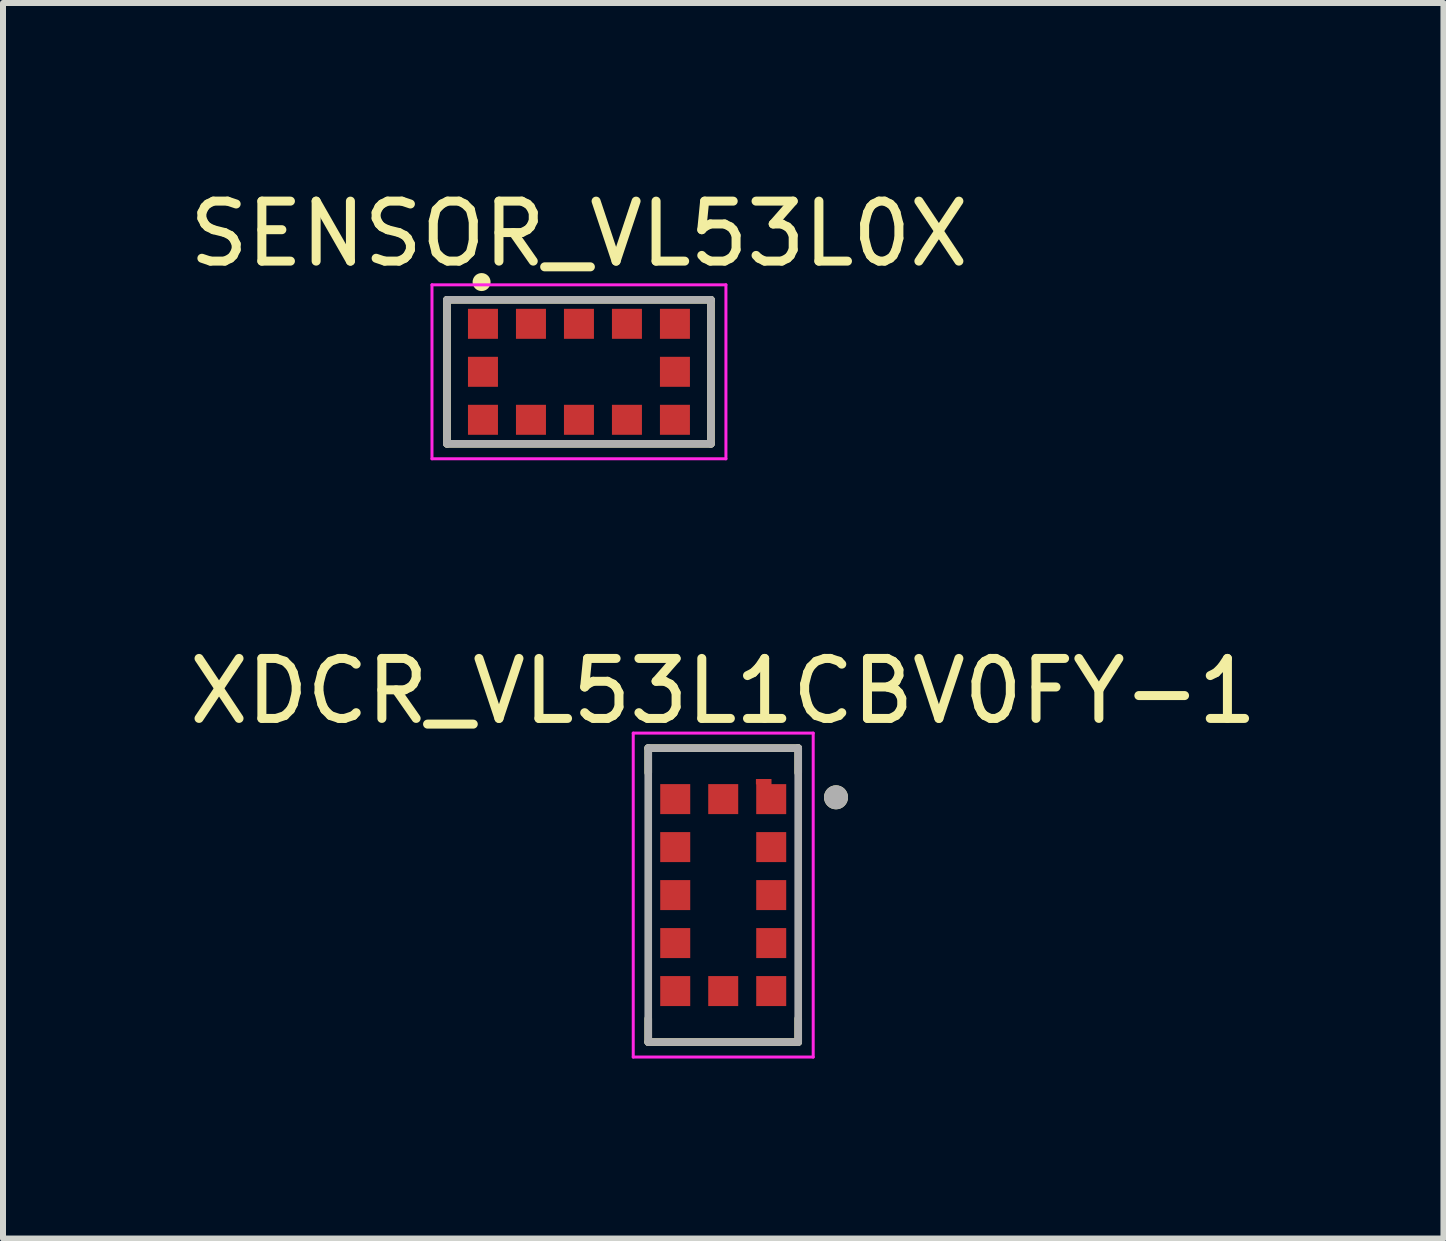
<source format=kicad_pcb>
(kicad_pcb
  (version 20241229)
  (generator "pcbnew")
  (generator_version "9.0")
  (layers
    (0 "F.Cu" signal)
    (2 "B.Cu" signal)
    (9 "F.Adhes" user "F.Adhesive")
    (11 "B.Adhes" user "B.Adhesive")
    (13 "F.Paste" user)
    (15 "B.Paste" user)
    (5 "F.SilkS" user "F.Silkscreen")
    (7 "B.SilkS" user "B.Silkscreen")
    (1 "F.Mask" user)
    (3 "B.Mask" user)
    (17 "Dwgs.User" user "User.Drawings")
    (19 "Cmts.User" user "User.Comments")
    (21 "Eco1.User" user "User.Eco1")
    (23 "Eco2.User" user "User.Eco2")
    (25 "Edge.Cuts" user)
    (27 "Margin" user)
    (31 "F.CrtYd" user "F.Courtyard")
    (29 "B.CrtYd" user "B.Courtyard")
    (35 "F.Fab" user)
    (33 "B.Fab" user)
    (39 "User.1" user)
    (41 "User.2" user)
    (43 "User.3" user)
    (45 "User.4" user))
  (footprint "XDCR_VL53L1CBV0FY-1"
    (layer "F.Cu")
    (at 9.006 11.871)
    (property "Reference" "XDCR_VL53L1CBV0FY-1" (at 0 -3.4 0) (layer "F.SilkS") (effects (font (size 1 1) (thickness 0.15))))
    (attr smd)
    (fp_poly (pts (xy 0.45 -2.02) (xy 0.82 -2.02) (xy 0.82 -1.85) (xy 0.45 -1.85)) (stroke (width 0.01) (type solid)) (fill yes) (layer "F.Mask"))
    (fp_line (start -1.25 -2.45) (end 1.25 -2.45) (stroke (width 0.127) (type solid)) (layer "F.SilkS"))
    (fp_line (start -1.25 -2.04) (end -1.25 -2.45) (stroke (width 0.127) (type solid)) (layer "F.SilkS"))
    (fp_line (start -1.25 2.06) (end -1.25 2.45) (stroke (width 0.127) (type solid)) (layer "F.SilkS"))
    (fp_line (start -1.25 2.45) (end 1.25 2.45) (stroke (width 0.127) (type solid)) (layer "F.SilkS"))
    (fp_line (start 1.25 -2.45) (end 1.25 -2.04) (stroke (width 0.127) (type solid)) (layer "F.SilkS"))
    (fp_line (start 1.25 2.45) (end 1.25 2.06) (stroke (width 0.127) (type solid)) (layer "F.SilkS"))
    (fp_circle (center 1.88 -1.63) (end 1.98 -1.63) (stroke (width 0.2) (type solid)) (fill no) (layer "F.SilkS"))
    (fp_poly (pts (xy 0.55 -1.93) (xy 0.8 -1.93) (xy 0.8 -1.85) (xy 0.55 -1.85)) (stroke (width 0.01) (type solid)) (fill yes) (layer "F.Paste"))
    (fp_line (start -1.5 -2.7) (end 1.5 -2.7) (stroke (width 0.05) (type solid)) (layer "F.CrtYd"))
    (fp_line (start -1.5 2.7) (end -1.5 -2.7) (stroke (width 0.05) (type solid)) (layer "F.CrtYd"))
    (fp_line (start 1.5 -2.7) (end 1.5 2.7) (stroke (width 0.05) (type solid)) (layer "F.CrtYd"))
    (fp_line (start 1.5 2.7) (end -1.5 2.7) (stroke (width 0.05) (type solid)) (layer "F.CrtYd"))
    (fp_line (start -1.25 -2.45) (end 1.25 -2.45) (stroke (width 0.127) (type solid)) (layer "F.Fab"))
    (fp_line (start -1.25 2.45) (end -1.25 -2.45) (stroke (width 0.127) (type solid)) (layer "F.Fab"))
    (fp_line (start 1.25 -2.45) (end 1.25 2.45) (stroke (width 0.127) (type solid)) (layer "F.Fab"))
    (fp_line (start 1.25 2.45) (end -1.25 2.45) (stroke (width 0.127) (type solid)) (layer "F.Fab"))
    (fp_circle (center 1.88 -1.63) (end 1.98 -1.63) (stroke (width 0.2) (type solid)) (fill no) (layer "F.Fab"))
    (pad "1" smd custom (at 0.8 -1.6) (size 0.5 0.5) (layers "F.Cu" "F.Mask" "F.Paste") (options (anchor rect)) (primitives (gr_poly (pts (xy -0.25 -0.25) (xy -0.25 -0.33) (xy 0 -0.33) (xy 0 -0.12) (xy 0.11 -0.12) (xy 0.11 0.1) (xy -0.23 0.1) (xy -0.23 -0.25)) (width 0.01) (fill yes))))
    (pad "2" smd rect (at 0.8 -0.8) (size 0.5 0.5) (layers "F.Cu" "F.Mask" "F.Paste"))
    (pad "3" smd rect (at 0.8 0) (size 0.5 0.5) (layers "F.Cu" "F.Mask" "F.Paste"))
    (pad "4" smd rect (at 0.8 0.8) (size 0.5 0.5) (layers "F.Cu" "F.Mask" "F.Paste"))
    (pad "5" smd rect (at 0.8 1.6) (size 0.5 0.5) (layers "F.Cu" "F.Mask" "F.Paste"))
    (pad "6" smd rect (at 0 1.6) (size 0.5 0.5) (layers "F.Cu" "F.Mask" "F.Paste"))
    (pad "7" smd rect (at -0.8 1.6) (size 0.5 0.5) (layers "F.Cu" "F.Mask" "F.Paste"))
    (pad "8" smd rect (at -0.8 0.8) (size 0.5 0.5) (layers "F.Cu" "F.Mask" "F.Paste"))
    (pad "9" smd rect (at -0.8 0) (size 0.5 0.5) (layers "F.Cu" "F.Mask" "F.Paste"))
    (pad "10" smd rect (at -0.8 -0.8) (size 0.5 0.5) (layers "F.Cu" "F.Mask" "F.Paste"))
    (pad "11" smd rect (at -0.8 -1.6) (size 0.5 0.5) (layers "F.Cu" "F.Mask" "F.Paste"))
    (pad "12" smd rect (at 0 -1.6) (size 0.5 0.5) (layers "F.Cu" "F.Mask" "F.Paste")))
  (footprint "SENSOR_VL53L0X"
    (layer "F.Cu")
    (at 6.601 3.148)
    (property "Reference" "SENSOR_VL53L0X" (at 0 -2.3 0) (layer "F.SilkS") (effects (font (size 1 1) (thickness 0.15))))
    (attr smd)
    (fp_line (start -2.2 -1.2) (end -2.2 1.2) (stroke (width 0.127) (type solid)) (layer "F.SilkS"))
    (fp_line (start -2.2 1.2) (end 2.2 1.2) (stroke (width 0.127) (type solid)) (layer "F.SilkS"))
    (fp_line (start 2.2 -1.2) (end -2.2 -1.2) (stroke (width 0.127) (type solid)) (layer "F.SilkS"))
    (fp_line (start 2.2 1.2) (end 2.2 -1.2) (stroke (width 0.127) (type solid)) (layer "F.SilkS"))
    (fp_circle (center -1.623 -1.496) (end -1.548 -1.496) (stroke (width 0.15) (type solid)) (fill no) (layer "F.SilkS"))
    (fp_line (start -2.45 -1.45) (end -2.45 1.45) (stroke (width 0.05) (type solid)) (layer "F.CrtYd"))
    (fp_line (start -2.45 1.45) (end 2.45 1.45) (stroke (width 0.05) (type solid)) (layer "F.CrtYd"))
    (fp_line (start 2.45 -1.45) (end -2.45 -1.45) (stroke (width 0.05) (type solid)) (layer "F.CrtYd"))
    (fp_line (start 2.45 1.45) (end 2.45 -1.45) (stroke (width 0.05) (type solid)) (layer "F.CrtYd"))
    (fp_line (start -2.2 -1.2) (end -2.2 1.2) (stroke (width 0.127) (type solid)) (layer "F.Fab"))
    (fp_line (start -2.2 1.2) (end 2.2 1.2) (stroke (width 0.127) (type solid)) (layer "F.Fab"))
    (fp_line (start 2.2 -1.2) (end -2.2 -1.2) (stroke (width 0.127) (type solid)) (layer "F.Fab"))
    (fp_line (start 2.2 1.2) (end 2.2 -1.2) (stroke (width 0.127) (type solid)) (layer "F.Fab"))
    (pad "1" smd rect (at -1.6 -0.8) (size 0.5 0.5) (layers "F.Cu" "F.Mask" "F.Paste"))
    (pad "2" smd rect (at -0.8 -0.8) (size 0.5 0.5) (layers "F.Cu" "F.Mask" "F.Paste"))
    (pad "3" smd rect (at 0 -0.8) (size 0.5 0.5) (layers "F.Cu" "F.Mask" "F.Paste"))
    (pad "4" smd rect (at 0.8 -0.8) (size 0.5 0.5) (layers "F.Cu" "F.Mask" "F.Paste"))
    (pad "5" smd rect (at 1.6 -0.8) (size 0.5 0.5) (layers "F.Cu" "F.Mask" "F.Paste"))
    (pad "6" smd rect (at 1.6 0) (size 0.5 0.5) (layers "F.Cu" "F.Mask" "F.Paste"))
    (pad "7" smd rect (at 1.6 0.8) (size 0.5 0.5) (layers "F.Cu" "F.Mask" "F.Paste"))
    (pad "8" smd rect (at 0.8 0.8) (size 0.5 0.5) (layers "F.Cu" "F.Mask" "F.Paste"))
    (pad "9" smd rect (at 0 0.8) (size 0.5 0.5) (layers "F.Cu" "F.Mask" "F.Paste"))
    (pad "10" smd rect (at -0.8 0.8) (size 0.5 0.5) (layers "F.Cu" "F.Mask" "F.Paste"))
    (pad "11" smd rect (at -1.6 0.8) (size 0.5 0.5) (layers "F.Cu" "F.Mask" "F.Paste"))
    (pad "12" smd rect (at -1.6 0) (size 0.5 0.5) (layers "F.Cu" "F.Mask" "F.Paste")))
  (gr_rect
    (start -3 -3)
    (end 21.012 17.596)
    (stroke (width 0.1) (type default))
    (fill no)
    (layer "Edge.Cuts")))
</source>
